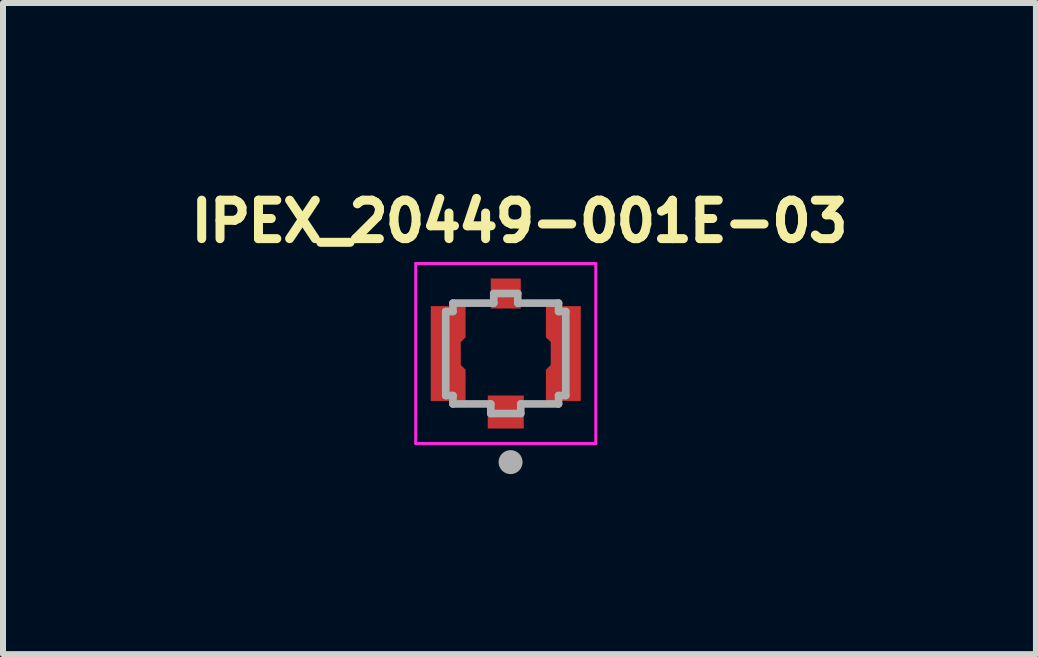
<source format=kicad_pcb>
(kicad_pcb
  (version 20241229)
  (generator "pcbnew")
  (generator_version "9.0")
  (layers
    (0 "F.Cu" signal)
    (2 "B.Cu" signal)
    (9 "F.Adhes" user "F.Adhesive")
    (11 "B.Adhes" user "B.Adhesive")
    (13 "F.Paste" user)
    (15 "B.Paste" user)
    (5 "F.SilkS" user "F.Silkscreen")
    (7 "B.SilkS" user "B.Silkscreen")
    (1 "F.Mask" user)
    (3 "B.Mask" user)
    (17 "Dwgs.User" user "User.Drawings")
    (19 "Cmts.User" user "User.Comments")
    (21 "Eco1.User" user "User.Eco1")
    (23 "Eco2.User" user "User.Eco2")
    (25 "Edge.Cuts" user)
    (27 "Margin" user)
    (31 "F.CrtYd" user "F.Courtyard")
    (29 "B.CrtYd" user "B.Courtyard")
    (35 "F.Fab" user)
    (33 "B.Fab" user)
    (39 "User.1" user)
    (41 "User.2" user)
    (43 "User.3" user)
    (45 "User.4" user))
  (footprint "IPEX_20449-001E-03"
    (layer "F.Cu")
    (at 5.378 2.841)
    (property "Reference" "IPEX_20449-001E-03" (at 0.229 -2.203 0) (layer "F.SilkS") (effects (font (size 0.641 0.641) (thickness 0.15))))
    (attr smd)
    (fp_line (start -1.5 1.5) (end -1.5 -1.5) (stroke (width 0.05) (type solid)) (layer "F.CrtYd"))
    (fp_line (start -1.5 1.5) (end 1.5 1.5) (stroke (width 0.05) (type solid)) (layer "F.CrtYd"))
    (fp_line (start 1.5 -1.5) (end -1.5 -1.5) (stroke (width 0.05) (type solid)) (layer "F.CrtYd"))
    (fp_line (start 1.5 1.5) (end 1.5 -1.5) (stroke (width 0.05) (type solid)) (layer "F.CrtYd"))
    (fp_line (start -1 -0.7) (end -1 0.7) (stroke (width 0.127) (type solid)) (layer "F.Fab"))
    (fp_line (start -1 0.7) (end -0.88 0.7) (stroke (width 0.127) (type solid)) (layer "F.Fab"))
    (fp_line (start -0.88 -0.84) (end -0.88 -0.7) (stroke (width 0.127) (type solid)) (layer "F.Fab"))
    (fp_line (start -0.88 -0.7) (end -1 -0.7) (stroke (width 0.127) (type solid)) (layer "F.Fab"))
    (fp_line (start -0.88 0.7) (end -0.88 0.84) (stroke (width 0.127) (type solid)) (layer "F.Fab"))
    (fp_line (start -0.88 0.84) (end -0.25 0.84) (stroke (width 0.127) (type solid)) (layer "F.Fab"))
    (fp_line (start -0.25 0.84) (end -0.25 1) (stroke (width 0.127) (type solid)) (layer "F.Fab"))
    (fp_line (start -0.25 1) (end 0.25 1) (stroke (width 0.127) (type solid)) (layer "F.Fab"))
    (fp_line (start -0.2 -1) (end -0.2 -0.84) (stroke (width 0.127) (type solid)) (layer "F.Fab"))
    (fp_line (start -0.2 -0.84) (end -0.88 -0.84) (stroke (width 0.127) (type solid)) (layer "F.Fab"))
    (fp_line (start 0.2 -1) (end -0.2 -1) (stroke (width 0.127) (type solid)) (layer "F.Fab"))
    (fp_line (start 0.2 -0.84) (end 0.2 -1) (stroke (width 0.127) (type solid)) (layer "F.Fab"))
    (fp_line (start 0.25 0.84) (end 0.88 0.84) (stroke (width 0.127) (type solid)) (layer "F.Fab"))
    (fp_line (start 0.25 1) (end 0.25 0.84) (stroke (width 0.127) (type solid)) (layer "F.Fab"))
    (fp_line (start 0.88 -0.84) (end 0.2 -0.84) (stroke (width 0.127) (type solid)) (layer "F.Fab"))
    (fp_line (start 0.88 -0.7) (end 0.88 -0.84) (stroke (width 0.127) (type solid)) (layer "F.Fab"))
    (fp_line (start 0.88 0.7) (end 1 0.7) (stroke (width 0.127) (type solid)) (layer "F.Fab"))
    (fp_line (start 0.88 0.84) (end 0.88 0.7) (stroke (width 0.127) (type solid)) (layer "F.Fab"))
    (fp_line (start 1 -0.7) (end 0.88 -0.7) (stroke (width 0.127) (type solid)) (layer "F.Fab"))
    (fp_line (start 1 0.7) (end 1 -0.7) (stroke (width 0.127) (type solid)) (layer "F.Fab"))
    (fp_circle (center 0.08 1.81) (end 0.18 1.81) (stroke (width 0.2) (type solid)) (fill no) (layer "F.Fab"))
    (pad "1" smd rect (at 0 0.975) (size 0.6 0.55) (layers "F.Cu" "F.Mask" "F.Paste"))
    (pad "2" smd custom (at 1 0) (size 0.5 1.58) (layers "F.Cu" "F.Mask" "F.Paste") (options (anchor rect)) (primitives (gr_poly (pts (xy -0.25 0.79) (xy -0.33 0.79) (xy -0.33 0.27) (xy -0.25 0.19) (xy -0.25 -0.19) (xy -0.33 -0.27) (xy -0.33 -0.79) (xy -0.25 -0.79)) (width 0.001) (fill yes))))
    (pad "3" smd custom (at -1 0) (size 0.5 1.58) (layers "F.Cu" "F.Mask" "F.Paste") (options (anchor rect)) (primitives (gr_poly (pts (xy 0.25 -0.79) (xy 0.33 -0.79) (xy 0.33 -0.27) (xy 0.25 -0.19) (xy 0.25 0.19) (xy 0.33 0.27) (xy 0.33 0.79) (xy 0.25 0.79)) (width 0.001) (fill yes))))
    (pad "4" smd rect (at 0 -1) (size 0.5 0.5) (layers "F.Cu" "F.Mask" "F.Paste"))
    (zone (net_name "") (layer "F.Cu") (hatch full 0.508) (connect_pads) (min_thickness 0.001) (filled_areas_thickness no) (keepout (tracks not_allowed) (vias not_allowed) (pads not_allowed) (copperpour not_allowed) (footprints allowed)) (placement (enabled no)) (fill) (polygon (pts (xy 4.708 3.111) (xy 4.628 3.031) (xy 4.628 2.651) (xy 4.708 2.571) (xy 4.708 2.051) (xy 5.128 2.051) (xy 5.128 2.091) (xy 5.628 2.091) (xy 5.628 2.051) (xy 6.048 2.051) (xy 6.048 2.571) (xy 6.128 2.651) (xy 6.128 3.031) (xy 6.048 3.111) (xy 6.048 3.631) (xy 5.678 3.631) (xy 5.678 3.541) (xy 5.078 3.541) (xy 5.078 3.631) (xy 4.708 3.631))))
    (zone (net_name "") (layer "B.Cu") (hatch full 0.508) (connect_pads) (min_thickness 0.001) (filled_areas_thickness no) (keepout (tracks not_allowed) (vias not_allowed) (pads not_allowed) (copperpour not_allowed) (footprints allowed)) (placement (enabled no)) (fill) (polygon (pts (xy 4.708 3.111) (xy 4.628 3.031) (xy 4.628 2.651) (xy 4.708 2.571) (xy 4.708 2.051) (xy 5.128 2.051) (xy 5.128 2.091) (xy 5.628 2.091) (xy 5.628 2.051) (xy 6.048 2.051) (xy 6.048 2.571) (xy 6.128 2.651) (xy 6.128 3.031) (xy 6.048 3.111) (xy 6.048 3.631) (xy 5.678 3.631) (xy 5.678 3.541) (xy 5.078 3.541) (xy 5.078 3.631) (xy 4.708 3.631)))))
  (gr_rect
    (start -3 -3)
    (end 14.213 7.851)
    (stroke (width 0.1) (type default))
    (fill no)
    (layer "Edge.Cuts")))
</source>
